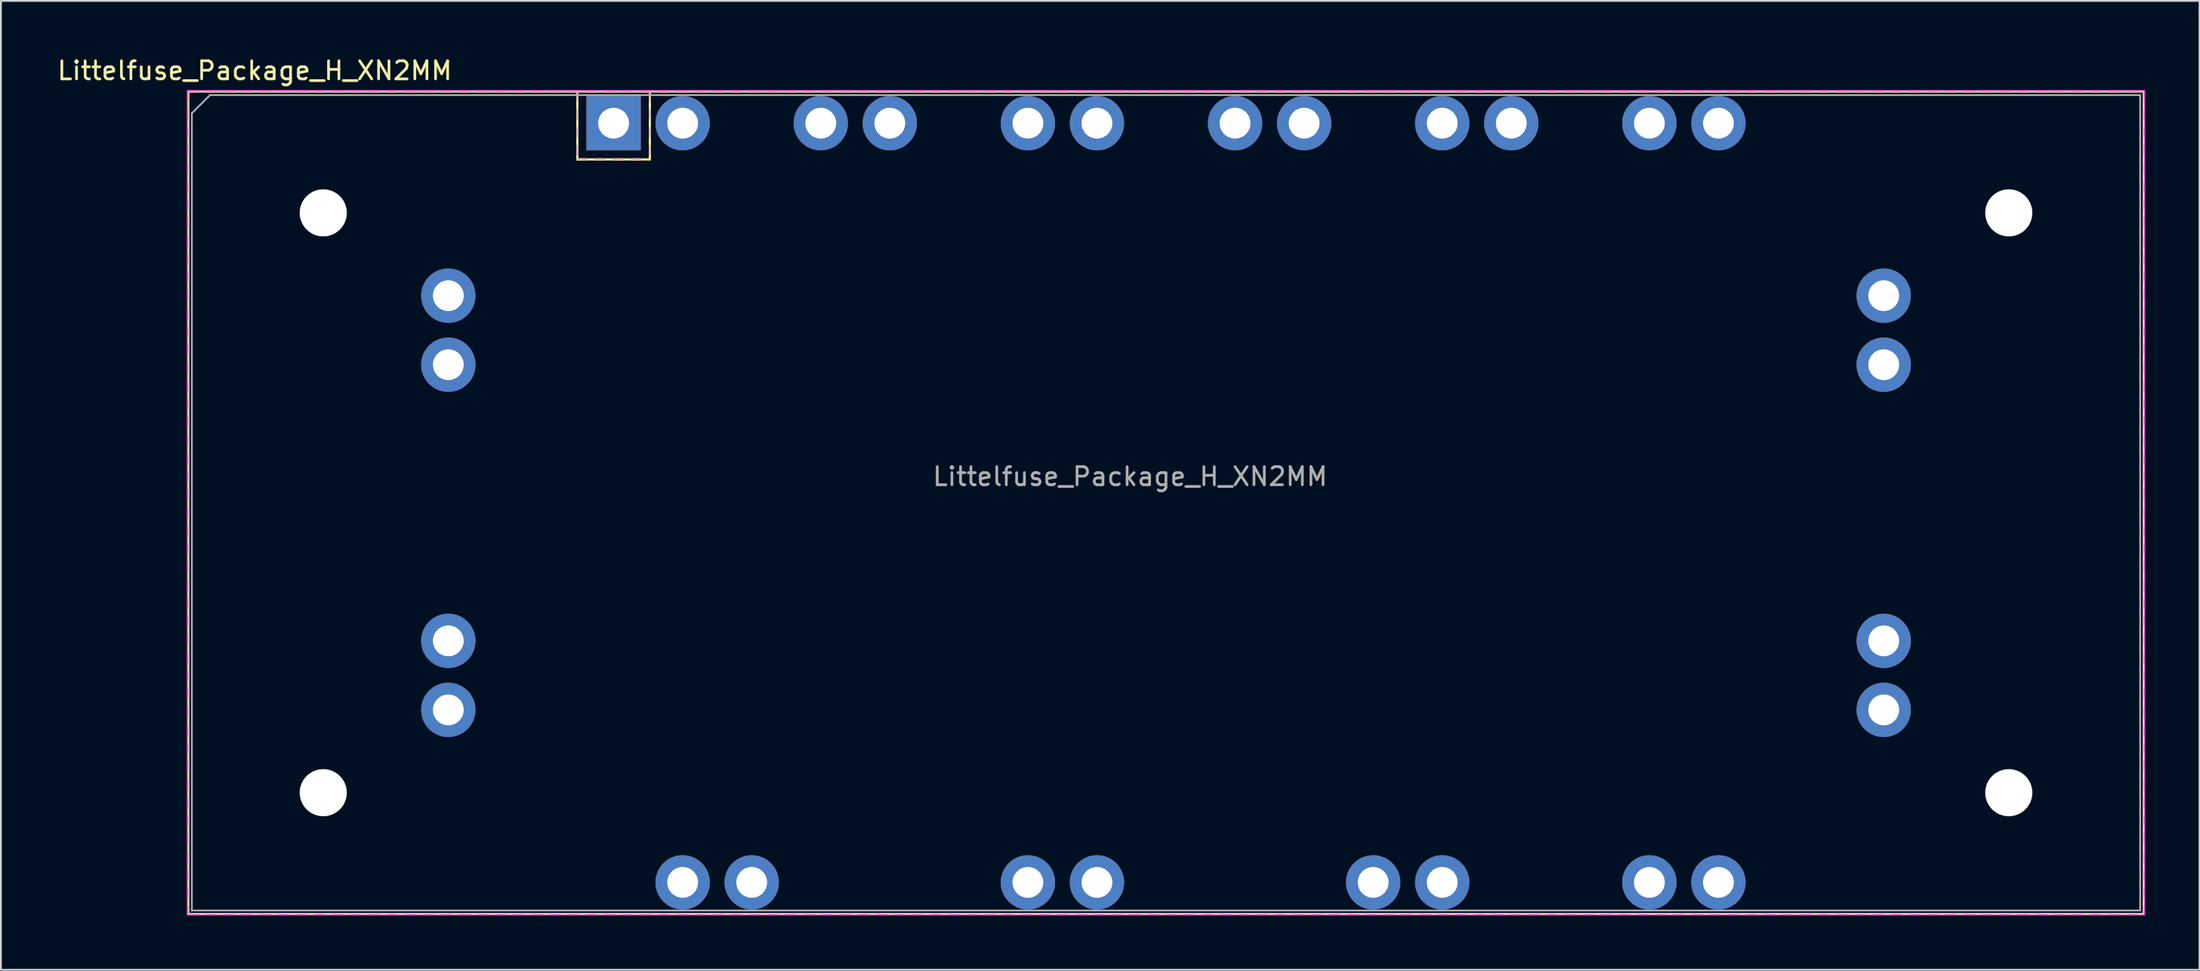
<source format=kicad_pcb>
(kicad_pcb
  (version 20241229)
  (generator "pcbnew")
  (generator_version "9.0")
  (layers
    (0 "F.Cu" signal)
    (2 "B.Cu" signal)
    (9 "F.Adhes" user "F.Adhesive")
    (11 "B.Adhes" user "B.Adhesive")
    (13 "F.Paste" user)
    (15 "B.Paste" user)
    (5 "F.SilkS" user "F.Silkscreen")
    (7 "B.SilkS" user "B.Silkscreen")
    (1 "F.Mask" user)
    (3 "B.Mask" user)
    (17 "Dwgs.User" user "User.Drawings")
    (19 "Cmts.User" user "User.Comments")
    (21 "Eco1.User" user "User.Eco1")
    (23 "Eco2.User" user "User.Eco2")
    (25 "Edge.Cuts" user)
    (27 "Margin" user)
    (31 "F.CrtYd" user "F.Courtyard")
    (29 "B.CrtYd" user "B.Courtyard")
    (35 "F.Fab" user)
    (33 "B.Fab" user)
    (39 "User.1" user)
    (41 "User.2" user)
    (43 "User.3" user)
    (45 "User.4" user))
  (footprint "Littelfuse_Package_H_XN2MM"
    (layer "F.Cu")
    (at 30.806 3.748)
    (property "Reference" "Littelfuse_Package_H_XN2MM" (at -19.8 -2.9 0) (layer "F.SilkS") (effects (font (size 1 1) (thickness 0.15))))
    (attr through_hole)
    (fp_line (start -23.47 -1.75) (end 84.43 -1.75) (stroke (width 0.12) (type solid)) (layer "F.SilkS"))
    (fp_line (start -23.47 43.65) (end -23.47 -1.75) (stroke (width 0.12) (type solid)) (layer "F.SilkS"))
    (fp_line (start -2 2) (end -2 -1.75) (stroke (width 0.12) (type solid)) (layer "F.SilkS"))
    (fp_line (start 2 -1.75) (end 2 1.75) (stroke (width 0.12) (type solid)) (layer "F.SilkS"))
    (fp_line (start 2 1.75) (end 2 2) (stroke (width 0.12) (type solid)) (layer "F.SilkS"))
    (fp_line (start 2 2) (end -2 2) (stroke (width 0.12) (type solid)) (layer "F.SilkS"))
    (fp_line (start 84.43 -1.75) (end 84.43 43.65) (stroke (width 0.12) (type solid)) (layer "F.SilkS"))
    (fp_line (start 84.43 43.65) (end -23.47 43.65) (stroke (width 0.12) (type solid)) (layer "F.SilkS"))
    (fp_line (start -23.47 -1.75) (end -23.47 -1.25) (stroke (width 0.12) (type solid)) (layer "B.SilkS"))
    (fp_line (start -23.47 -1.75) (end -22.97 -1.75) (stroke (width 0.12) (type solid)) (layer "B.SilkS"))
    (fp_line (start -23.47 -0.75) (end -23.47 -0.25) (stroke (width 0.12) (type solid)) (layer "B.SilkS"))
    (fp_line (start -23.47 0.25) (end -23.47 0.75) (stroke (width 0.12) (type solid)) (layer "B.SilkS"))
    (fp_line (start -23.47 1.25) (end -23.47 1.75) (stroke (width 0.12) (type solid)) (layer "B.SilkS"))
    (fp_line (start -23.47 2.25) (end -23.47 2.75) (stroke (width 0.12) (type solid)) (layer "B.SilkS"))
    (fp_line (start -23.47 3.25) (end -23.47 3.75) (stroke (width 0.12) (type solid)) (layer "B.SilkS"))
    (fp_line (start -23.47 4.25) (end -23.47 4.75) (stroke (width 0.12) (type solid)) (layer "B.SilkS"))
    (fp_line (start -23.47 5.25) (end -23.47 5.75) (stroke (width 0.12) (type solid)) (layer "B.SilkS"))
    (fp_line (start -23.47 6.25) (end -23.47 6.75) (stroke (width 0.12) (type solid)) (layer "B.SilkS"))
    (fp_line (start -23.47 7.25) (end -23.47 7.75) (stroke (width 0.12) (type solid)) (layer "B.SilkS"))
    (fp_line (start -23.47 8.25) (end -23.47 8.75) (stroke (width 0.12) (type solid)) (layer "B.SilkS"))
    (fp_line (start -23.47 9.25) (end -23.47 9.75) (stroke (width 0.12) (type solid)) (layer "B.SilkS"))
    (fp_line (start -23.47 10.25) (end -23.47 10.75) (stroke (width 0.12) (type solid)) (layer "B.SilkS"))
    (fp_line (start -23.47 11.25) (end -23.47 11.75) (stroke (width 0.12) (type solid)) (layer "B.SilkS"))
    (fp_line (start -23.47 12.25) (end -23.47 12.75) (stroke (width 0.12) (type solid)) (layer "B.SilkS"))
    (fp_line (start -23.47 13.25) (end -23.47 13.75) (stroke (width 0.12) (type solid)) (layer "B.SilkS"))
    (fp_line (start -23.47 14.25) (end -23.47 14.75) (stroke (width 0.12) (type solid)) (layer "B.SilkS"))
    (fp_line (start -23.47 15.25) (end -23.47 15.75) (stroke (width 0.12) (type solid)) (layer "B.SilkS"))
    (fp_line (start -23.47 16.25) (end -23.47 16.75) (stroke (width 0.12) (type solid)) (layer "B.SilkS"))
    (fp_line (start -23.47 17.25) (end -23.47 17.75) (stroke (width 0.12) (type solid)) (layer "B.SilkS"))
    (fp_line (start -23.47 18.25) (end -23.47 18.75) (stroke (width 0.12) (type solid)) (layer "B.SilkS"))
    (fp_line (start -23.47 19.25) (end -23.47 19.75) (stroke (width 0.12) (type solid)) (layer "B.SilkS"))
    (fp_line (start -23.47 20.25) (end -23.47 20.75) (stroke (width 0.12) (type solid)) (layer "B.SilkS"))
    (fp_line (start -23.47 21.25) (end -23.47 21.75) (stroke (width 0.12) (type solid)) (layer "B.SilkS"))
    (fp_line (start -23.47 22.25) (end -23.47 22.75) (stroke (width 0.12) (type solid)) (layer "B.SilkS"))
    (fp_line (start -23.47 23.25) (end -23.47 23.75) (stroke (width 0.12) (type solid)) (layer "B.SilkS"))
    (fp_line (start -23.47 24.25) (end -23.47 24.75) (stroke (width 0.12) (type solid)) (layer "B.SilkS"))
    (fp_line (start -23.47 25.25) (end -23.47 25.75) (stroke (width 0.12) (type solid)) (layer "B.SilkS"))
    (fp_line (start -23.47 26.25) (end -23.47 26.75) (stroke (width 0.12) (type solid)) (layer "B.SilkS"))
    (fp_line (start -23.47 27.25) (end -23.47 27.75) (stroke (width 0.12) (type solid)) (layer "B.SilkS"))
    (fp_line (start -23.47 28.25) (end -23.47 28.75) (stroke (width 0.12) (type solid)) (layer "B.SilkS"))
    (fp_line (start -23.47 29.25) (end -23.47 29.75) (stroke (width 0.12) (type solid)) (layer "B.SilkS"))
    (fp_line (start -23.47 30.25) (end -23.47 30.75) (stroke (width 0.12) (type solid)) (layer "B.SilkS"))
    (fp_line (start -23.47 31.25) (end -23.47 31.75) (stroke (width 0.12) (type solid)) (layer "B.SilkS"))
    (fp_line (start -23.47 32.25) (end -23.47 32.75) (stroke (width 0.12) (type solid)) (layer "B.SilkS"))
    (fp_line (start -23.47 33.25) (end -23.47 33.75) (stroke (width 0.12) (type solid)) (layer "B.SilkS"))
    (fp_line (start -23.47 34.25) (end -23.47 34.75) (stroke (width 0.12) (type solid)) (layer "B.SilkS"))
    (fp_line (start -23.47 35.25) (end -23.47 35.75) (stroke (width 0.12) (type solid)) (layer "B.SilkS"))
    (fp_line (start -23.47 36.25) (end -23.47 36.75) (stroke (width 0.12) (type solid)) (layer "B.SilkS"))
    (fp_line (start -23.47 37.25) (end -23.47 37.75) (stroke (width 0.12) (type solid)) (layer "B.SilkS"))
    (fp_line (start -23.47 38.25) (end -23.47 38.75) (stroke (width 0.12) (type solid)) (layer "B.SilkS"))
    (fp_line (start -23.47 39.25) (end -23.47 39.75) (stroke (width 0.12) (type solid)) (layer "B.SilkS"))
    (fp_line (start -23.47 40.25) (end -23.47 40.75) (stroke (width 0.12) (type solid)) (layer "B.SilkS"))
    (fp_line (start -23.47 41.25) (end -23.47 41.75) (stroke (width 0.12) (type solid)) (layer "B.SilkS"))
    (fp_line (start -23.47 42.25) (end -23.47 42.75) (stroke (width 0.12) (type solid)) (layer "B.SilkS"))
    (fp_line (start -23.47 43.25) (end -23.47 43.65) (stroke (width 0.12) (type solid)) (layer "B.SilkS"))
    (fp_line (start -23.47 43.65) (end -22.97 43.65) (stroke (width 0.12) (type solid)) (layer "B.SilkS"))
    (fp_line (start -22.47 -1.75) (end -21.97 -1.75) (stroke (width 0.12) (type solid)) (layer "B.SilkS"))
    (fp_line (start -22.47 43.65) (end -21.97 43.65) (stroke (width 0.12) (type solid)) (layer "B.SilkS"))
    (fp_line (start -21.47 -1.75) (end -20.97 -1.75) (stroke (width 0.12) (type solid)) (layer "B.SilkS"))
    (fp_line (start -21.47 43.65) (end -20.97 43.65) (stroke (width 0.12) (type solid)) (layer "B.SilkS"))
    (fp_line (start -20.47 -1.75) (end -19.97 -1.75) (stroke (width 0.12) (type solid)) (layer "B.SilkS"))
    (fp_line (start -20.47 43.65) (end -19.97 43.65) (stroke (width 0.12) (type solid)) (layer "B.SilkS"))
    (fp_line (start -19.47 -1.75) (end -18.97 -1.75) (stroke (width 0.12) (type solid)) (layer "B.SilkS"))
    (fp_line (start -19.47 43.65) (end -18.97 43.65) (stroke (width 0.12) (type solid)) (layer "B.SilkS"))
    (fp_line (start -18.47 -1.75) (end -17.97 -1.75) (stroke (width 0.12) (type solid)) (layer "B.SilkS"))
    (fp_line (start -18.47 43.65) (end -17.97 43.65) (stroke (width 0.12) (type solid)) (layer "B.SilkS"))
    (fp_line (start -17.47 -1.75) (end -16.97 -1.75) (stroke (width 0.12) (type solid)) (layer "B.SilkS"))
    (fp_line (start -17.47 43.65) (end -16.97 43.65) (stroke (width 0.12) (type solid)) (layer "B.SilkS"))
    (fp_line (start -16.47 -1.75) (end -15.97 -1.75) (stroke (width 0.12) (type solid)) (layer "B.SilkS"))
    (fp_line (start -16.47 43.65) (end -15.97 43.65) (stroke (width 0.12) (type solid)) (layer "B.SilkS"))
    (fp_line (start -15.47 -1.75) (end -14.97 -1.75) (stroke (width 0.12) (type solid)) (layer "B.SilkS"))
    (fp_line (start -15.47 43.65) (end -14.97 43.65) (stroke (width 0.12) (type solid)) (layer "B.SilkS"))
    (fp_line (start -14.47 -1.75) (end -13.97 -1.75) (stroke (width 0.12) (type solid)) (layer "B.SilkS"))
    (fp_line (start -14.47 43.65) (end -13.97 43.65) (stroke (width 0.12) (type solid)) (layer "B.SilkS"))
    (fp_line (start -13.47 -1.75) (end -12.97 -1.75) (stroke (width 0.12) (type solid)) (layer "B.SilkS"))
    (fp_line (start -13.47 43.65) (end -12.97 43.65) (stroke (width 0.12) (type solid)) (layer "B.SilkS"))
    (fp_line (start -12.47 -1.75) (end -11.97 -1.75) (stroke (width 0.12) (type solid)) (layer "B.SilkS"))
    (fp_line (start -12.47 43.65) (end -11.97 43.65) (stroke (width 0.12) (type solid)) (layer "B.SilkS"))
    (fp_line (start -11.47 -1.75) (end -10.97 -1.75) (stroke (width 0.12) (type solid)) (layer "B.SilkS"))
    (fp_line (start -11.47 43.65) (end -10.97 43.65) (stroke (width 0.12) (type solid)) (layer "B.SilkS"))
    (fp_line (start -10.47 -1.75) (end -9.97 -1.75) (stroke (width 0.12) (type solid)) (layer "B.SilkS"))
    (fp_line (start -10.47 43.65) (end -9.97 43.65) (stroke (width 0.12) (type solid)) (layer "B.SilkS"))
    (fp_line (start -9.47 -1.75) (end -8.97 -1.75) (stroke (width 0.12) (type solid)) (layer "B.SilkS"))
    (fp_line (start -9.47 43.65) (end -8.97 43.65) (stroke (width 0.12) (type solid)) (layer "B.SilkS"))
    (fp_line (start -8.47 -1.75) (end -7.97 -1.75) (stroke (width 0.12) (type solid)) (layer "B.SilkS"))
    (fp_line (start -8.47 43.65) (end -7.97 43.65) (stroke (width 0.12) (type solid)) (layer "B.SilkS"))
    (fp_line (start -7.47 -1.75) (end -6.97 -1.75) (stroke (width 0.12) (type solid)) (layer "B.SilkS"))
    (fp_line (start -7.47 43.65) (end -6.97 43.65) (stroke (width 0.12) (type solid)) (layer "B.SilkS"))
    (fp_line (start -6.47 -1.75) (end -5.97 -1.75) (stroke (width 0.12) (type solid)) (layer "B.SilkS"))
    (fp_line (start -6.47 43.65) (end -5.97 43.65) (stroke (width 0.12) (type solid)) (layer "B.SilkS"))
    (fp_line (start -5.47 -1.75) (end -4.97 -1.75) (stroke (width 0.12) (type solid)) (layer "B.SilkS"))
    (fp_line (start -5.47 43.65) (end -4.97 43.65) (stroke (width 0.12) (type solid)) (layer "B.SilkS"))
    (fp_line (start -4.47 -1.75) (end -3.97 -1.75) (stroke (width 0.12) (type solid)) (layer "B.SilkS"))
    (fp_line (start -4.47 43.65) (end -3.97 43.65) (stroke (width 0.12) (type solid)) (layer "B.SilkS"))
    (fp_line (start -3.47 -1.75) (end -2.97 -1.75) (stroke (width 0.12) (type solid)) (layer "B.SilkS"))
    (fp_line (start -3.47 43.65) (end -2.97 43.65) (stroke (width 0.12) (type solid)) (layer "B.SilkS"))
    (fp_line (start -2.47 -1.75) (end -1.97 -1.75) (stroke (width 0.12) (type solid)) (layer "B.SilkS"))
    (fp_line (start -2.47 43.65) (end -1.97 43.65) (stroke (width 0.12) (type solid)) (layer "B.SilkS"))
    (fp_line (start -2 -1.75) (end -2 -1.25) (stroke (width 0.12) (type solid)) (layer "B.SilkS"))
    (fp_line (start -2 -0.75) (end -2 -0.25) (stroke (width 0.12) (type solid)) (layer "B.SilkS"))
    (fp_line (start -2 0.25) (end -2 0.75) (stroke (width 0.12) (type solid)) (layer "B.SilkS"))
    (fp_line (start -2 1.25) (end -2 1.75) (stroke (width 0.12) (type solid)) (layer "B.SilkS"))
    (fp_line (start -2 2) (end -1.5 2) (stroke (width 0.12) (type solid)) (layer "B.SilkS"))
    (fp_line (start -1.47 -1.75) (end -0.97 -1.75) (stroke (width 0.12) (type solid)) (layer "B.SilkS"))
    (fp_line (start -1.47 43.65) (end -0.97 43.65) (stroke (width 0.12) (type solid)) (layer "B.SilkS"))
    (fp_line (start -1 2) (end -0.5 2) (stroke (width 0.12) (type solid)) (layer "B.SilkS"))
    (fp_line (start -0.47 -1.75) (end 0.03 -1.75) (stroke (width 0.12) (type solid)) (layer "B.SilkS"))
    (fp_line (start -0.47 43.65) (end 0.03 43.65) (stroke (width 0.12) (type solid)) (layer "B.SilkS"))
    (fp_line (start 0 2) (end 0.5 2) (stroke (width 0.12) (type solid)) (layer "B.SilkS"))
    (fp_line (start 0.53 -1.75) (end 1.03 -1.75) (stroke (width 0.12) (type solid)) (layer "B.SilkS"))
    (fp_line (start 0.53 43.65) (end 1.03 43.65) (stroke (width 0.12) (type solid)) (layer "B.SilkS"))
    (fp_line (start 1 2) (end 1.5 2) (stroke (width 0.12) (type solid)) (layer "B.SilkS"))
    (fp_line (start 1.53 -1.75) (end 2.03 -1.75) (stroke (width 0.12) (type solid)) (layer "B.SilkS"))
    (fp_line (start 1.53 43.65) (end 2.03 43.65) (stroke (width 0.12) (type solid)) (layer "B.SilkS"))
    (fp_line (start 2 -1.75) (end 2 -1.25) (stroke (width 0.12) (type solid)) (layer "B.SilkS"))
    (fp_line (start 2 -0.75) (end 2 -0.25) (stroke (width 0.12) (type solid)) (layer "B.SilkS"))
    (fp_line (start 2 0.25) (end 2 0.75) (stroke (width 0.12) (type solid)) (layer "B.SilkS"))
    (fp_line (start 2 1.25) (end 2 1.75) (stroke (width 0.12) (type solid)) (layer "B.SilkS"))
    (fp_line (start 2.53 -1.75) (end 3.03 -1.75) (stroke (width 0.12) (type solid)) (layer "B.SilkS"))
    (fp_line (start 2.53 43.65) (end 3.03 43.65) (stroke (width 0.12) (type solid)) (layer "B.SilkS"))
    (fp_line (start 3.53 -1.75) (end 4.03 -1.75) (stroke (width 0.12) (type solid)) (layer "B.SilkS"))
    (fp_line (start 3.53 43.65) (end 4.03 43.65) (stroke (width 0.12) (type solid)) (layer "B.SilkS"))
    (fp_line (start 4.53 -1.75) (end 5.03 -1.75) (stroke (width 0.12) (type solid)) (layer "B.SilkS"))
    (fp_line (start 4.53 43.65) (end 5.03 43.65) (stroke (width 0.12) (type solid)) (layer "B.SilkS"))
    (fp_line (start 5.53 -1.75) (end 6.03 -1.75) (stroke (width 0.12) (type solid)) (layer "B.SilkS"))
    (fp_line (start 5.53 43.65) (end 6.03 43.65) (stroke (width 0.12) (type solid)) (layer "B.SilkS"))
    (fp_line (start 6.53 -1.75) (end 7.03 -1.75) (stroke (width 0.12) (type solid)) (layer "B.SilkS"))
    (fp_line (start 6.53 43.65) (end 7.03 43.65) (stroke (width 0.12) (type solid)) (layer "B.SilkS"))
    (fp_line (start 7.53 -1.75) (end 8.03 -1.75) (stroke (width 0.12) (type solid)) (layer "B.SilkS"))
    (fp_line (start 7.53 43.65) (end 8.03 43.65) (stroke (width 0.12) (type solid)) (layer "B.SilkS"))
    (fp_line (start 8.53 -1.75) (end 9.03 -1.75) (stroke (width 0.12) (type solid)) (layer "B.SilkS"))
    (fp_line (start 8.53 43.65) (end 9.03 43.65) (stroke (width 0.12) (type solid)) (layer "B.SilkS"))
    (fp_line (start 9.53 -1.75) (end 10.03 -1.75) (stroke (width 0.12) (type solid)) (layer "B.SilkS"))
    (fp_line (start 9.53 43.65) (end 10.03 43.65) (stroke (width 0.12) (type solid)) (layer "B.SilkS"))
    (fp_line (start 10.53 -1.75) (end 11.03 -1.75) (stroke (width 0.12) (type solid)) (layer "B.SilkS"))
    (fp_line (start 10.53 43.65) (end 11.03 43.65) (stroke (width 0.12) (type solid)) (layer "B.SilkS"))
    (fp_line (start 11.53 -1.75) (end 12.03 -1.75) (stroke (width 0.12) (type solid)) (layer "B.SilkS"))
    (fp_line (start 11.53 43.65) (end 12.03 43.65) (stroke (width 0.12) (type solid)) (layer "B.SilkS"))
    (fp_line (start 12.53 -1.75) (end 13.03 -1.75) (stroke (width 0.12) (type solid)) (layer "B.SilkS"))
    (fp_line (start 12.53 43.65) (end 13.03 43.65) (stroke (width 0.12) (type solid)) (layer "B.SilkS"))
    (fp_line (start 13.53 -1.75) (end 14.03 -1.75) (stroke (width 0.12) (type solid)) (layer "B.SilkS"))
    (fp_line (start 13.53 43.65) (end 14.03 43.65) (stroke (width 0.12) (type solid)) (layer "B.SilkS"))
    (fp_line (start 14.53 -1.75) (end 15.03 -1.75) (stroke (width 0.12) (type solid)) (layer "B.SilkS"))
    (fp_line (start 14.53 43.65) (end 15.03 43.65) (stroke (width 0.12) (type solid)) (layer "B.SilkS"))
    (fp_line (start 15.53 -1.75) (end 16.03 -1.75) (stroke (width 0.12) (type solid)) (layer "B.SilkS"))
    (fp_line (start 15.53 43.65) (end 16.03 43.65) (stroke (width 0.12) (type solid)) (layer "B.SilkS"))
    (fp_line (start 16.53 -1.75) (end 17.03 -1.75) (stroke (width 0.12) (type solid)) (layer "B.SilkS"))
    (fp_line (start 16.53 43.65) (end 17.03 43.65) (stroke (width 0.12) (type solid)) (layer "B.SilkS"))
    (fp_line (start 17.53 -1.75) (end 18.03 -1.75) (stroke (width 0.12) (type solid)) (layer "B.SilkS"))
    (fp_line (start 17.53 43.65) (end 18.03 43.65) (stroke (width 0.12) (type solid)) (layer "B.SilkS"))
    (fp_line (start 18.53 -1.75) (end 19.03 -1.75) (stroke (width 0.12) (type solid)) (layer "B.SilkS"))
    (fp_line (start 18.53 43.65) (end 19.03 43.65) (stroke (width 0.12) (type solid)) (layer "B.SilkS"))
    (fp_line (start 19.53 -1.75) (end 20.03 -1.75) (stroke (width 0.12) (type solid)) (layer "B.SilkS"))
    (fp_line (start 19.53 43.65) (end 20.03 43.65) (stroke (width 0.12) (type solid)) (layer "B.SilkS"))
    (fp_line (start 20.53 -1.75) (end 21.03 -1.75) (stroke (width 0.12) (type solid)) (layer "B.SilkS"))
    (fp_line (start 20.53 43.65) (end 21.03 43.65) (stroke (width 0.12) (type solid)) (layer "B.SilkS"))
    (fp_line (start 21.53 -1.75) (end 22.03 -1.75) (stroke (width 0.12) (type solid)) (layer "B.SilkS"))
    (fp_line (start 21.53 43.65) (end 22.03 43.65) (stroke (width 0.12) (type solid)) (layer "B.SilkS"))
    (fp_line (start 22.53 -1.75) (end 23.03 -1.75) (stroke (width 0.12) (type solid)) (layer "B.SilkS"))
    (fp_line (start 22.53 43.65) (end 23.03 43.65) (stroke (width 0.12) (type solid)) (layer "B.SilkS"))
    (fp_line (start 23.53 -1.75) (end 24.03 -1.75) (stroke (width 0.12) (type solid)) (layer "B.SilkS"))
    (fp_line (start 23.53 43.65) (end 24.03 43.65) (stroke (width 0.12) (type solid)) (layer "B.SilkS"))
    (fp_line (start 24.53 -1.75) (end 25.03 -1.75) (stroke (width 0.12) (type solid)) (layer "B.SilkS"))
    (fp_line (start 24.53 43.65) (end 25.03 43.65) (stroke (width 0.12) (type solid)) (layer "B.SilkS"))
    (fp_line (start 25.53 -1.75) (end 26.03 -1.75) (stroke (width 0.12) (type solid)) (layer "B.SilkS"))
    (fp_line (start 25.53 43.65) (end 26.03 43.65) (stroke (width 0.12) (type solid)) (layer "B.SilkS"))
    (fp_line (start 26.53 -1.75) (end 27.03 -1.75) (stroke (width 0.12) (type solid)) (layer "B.SilkS"))
    (fp_line (start 26.53 43.65) (end 27.03 43.65) (stroke (width 0.12) (type solid)) (layer "B.SilkS"))
    (fp_line (start 27.53 -1.75) (end 28.03 -1.75) (stroke (width 0.12) (type solid)) (layer "B.SilkS"))
    (fp_line (start 27.53 43.65) (end 28.03 43.65) (stroke (width 0.12) (type solid)) (layer "B.SilkS"))
    (fp_line (start 28.53 -1.75) (end 29.03 -1.75) (stroke (width 0.12) (type solid)) (layer "B.SilkS"))
    (fp_line (start 28.53 43.65) (end 29.03 43.65) (stroke (width 0.12) (type solid)) (layer "B.SilkS"))
    (fp_line (start 29.53 -1.75) (end 30.03 -1.75) (stroke (width 0.12) (type solid)) (layer "B.SilkS"))
    (fp_line (start 29.53 43.65) (end 30.03 43.65) (stroke (width 0.12) (type solid)) (layer "B.SilkS"))
    (fp_line (start 30.53 -1.75) (end 31.03 -1.75) (stroke (width 0.12) (type solid)) (layer "B.SilkS"))
    (fp_line (start 30.53 43.65) (end 31.03 43.65) (stroke (width 0.12) (type solid)) (layer "B.SilkS"))
    (fp_line (start 31.53 -1.75) (end 32.03 -1.75) (stroke (width 0.12) (type solid)) (layer "B.SilkS"))
    (fp_line (start 31.53 43.65) (end 32.03 43.65) (stroke (width 0.12) (type solid)) (layer "B.SilkS"))
    (fp_line (start 32.53 -1.75) (end 33.03 -1.75) (stroke (width 0.12) (type solid)) (layer "B.SilkS"))
    (fp_line (start 32.53 43.65) (end 33.03 43.65) (stroke (width 0.12) (type solid)) (layer "B.SilkS"))
    (fp_line (start 33.53 -1.75) (end 34.03 -1.75) (stroke (width 0.12) (type solid)) (layer "B.SilkS"))
    (fp_line (start 33.53 43.65) (end 34.03 43.65) (stroke (width 0.12) (type solid)) (layer "B.SilkS"))
    (fp_line (start 34.53 -1.75) (end 35.03 -1.75) (stroke (width 0.12) (type solid)) (layer "B.SilkS"))
    (fp_line (start 34.53 43.65) (end 35.03 43.65) (stroke (width 0.12) (type solid)) (layer "B.SilkS"))
    (fp_line (start 35.53 -1.75) (end 36.03 -1.75) (stroke (width 0.12) (type solid)) (layer "B.SilkS"))
    (fp_line (start 35.53 43.65) (end 36.03 43.65) (stroke (width 0.12) (type solid)) (layer "B.SilkS"))
    (fp_line (start 36.53 -1.75) (end 37.03 -1.75) (stroke (width 0.12) (type solid)) (layer "B.SilkS"))
    (fp_line (start 36.53 43.65) (end 37.03 43.65) (stroke (width 0.12) (type solid)) (layer "B.SilkS"))
    (fp_line (start 37.53 -1.75) (end 38.03 -1.75) (stroke (width 0.12) (type solid)) (layer "B.SilkS"))
    (fp_line (start 37.53 43.65) (end 38.03 43.65) (stroke (width 0.12) (type solid)) (layer "B.SilkS"))
    (fp_line (start 38.53 -1.75) (end 39.03 -1.75) (stroke (width 0.12) (type solid)) (layer "B.SilkS"))
    (fp_line (start 38.53 43.65) (end 39.03 43.65) (stroke (width 0.12) (type solid)) (layer "B.SilkS"))
    (fp_line (start 39.53 -1.75) (end 40.03 -1.75) (stroke (width 0.12) (type solid)) (layer "B.SilkS"))
    (fp_line (start 39.53 43.65) (end 40.03 43.65) (stroke (width 0.12) (type solid)) (layer "B.SilkS"))
    (fp_line (start 40.53 -1.75) (end 41.03 -1.75) (stroke (width 0.12) (type solid)) (layer "B.SilkS"))
    (fp_line (start 40.53 43.65) (end 41.03 43.65) (stroke (width 0.12) (type solid)) (layer "B.SilkS"))
    (fp_line (start 41.53 -1.75) (end 42.03 -1.75) (stroke (width 0.12) (type solid)) (layer "B.SilkS"))
    (fp_line (start 41.53 43.65) (end 42.03 43.65) (stroke (width 0.12) (type solid)) (layer "B.SilkS"))
    (fp_line (start 42.53 -1.75) (end 43.03 -1.75) (stroke (width 0.12) (type solid)) (layer "B.SilkS"))
    (fp_line (start 42.53 43.65) (end 43.03 43.65) (stroke (width 0.12) (type solid)) (layer "B.SilkS"))
    (fp_line (start 43.53 -1.75) (end 44.03 -1.75) (stroke (width 0.12) (type solid)) (layer "B.SilkS"))
    (fp_line (start 43.53 43.65) (end 44.03 43.65) (stroke (width 0.12) (type solid)) (layer "B.SilkS"))
    (fp_line (start 44.53 -1.75) (end 45.03 -1.75) (stroke (width 0.12) (type solid)) (layer "B.SilkS"))
    (fp_line (start 44.53 43.65) (end 45.03 43.65) (stroke (width 0.12) (type solid)) (layer "B.SilkS"))
    (fp_line (start 45.53 -1.75) (end 46.03 -1.75) (stroke (width 0.12) (type solid)) (layer "B.SilkS"))
    (fp_line (start 45.53 43.65) (end 46.03 43.65) (stroke (width 0.12) (type solid)) (layer "B.SilkS"))
    (fp_line (start 46.53 -1.75) (end 47.03 -1.75) (stroke (width 0.12) (type solid)) (layer "B.SilkS"))
    (fp_line (start 46.53 43.65) (end 47.03 43.65) (stroke (width 0.12) (type solid)) (layer "B.SilkS"))
    (fp_line (start 47.53 -1.75) (end 48.03 -1.75) (stroke (width 0.12) (type solid)) (layer "B.SilkS"))
    (fp_line (start 47.53 43.65) (end 48.03 43.65) (stroke (width 0.12) (type solid)) (layer "B.SilkS"))
    (fp_line (start 48.53 -1.75) (end 49.03 -1.75) (stroke (width 0.12) (type solid)) (layer "B.SilkS"))
    (fp_line (start 48.53 43.65) (end 49.03 43.65) (stroke (width 0.12) (type solid)) (layer "B.SilkS"))
    (fp_line (start 49.53 -1.75) (end 50.03 -1.75) (stroke (width 0.12) (type solid)) (layer "B.SilkS"))
    (fp_line (start 49.53 43.65) (end 50.03 43.65) (stroke (width 0.12) (type solid)) (layer "B.SilkS"))
    (fp_line (start 50.53 -1.75) (end 51.03 -1.75) (stroke (width 0.12) (type solid)) (layer "B.SilkS"))
    (fp_line (start 50.53 43.65) (end 51.03 43.65) (stroke (width 0.12) (type solid)) (layer "B.SilkS"))
    (fp_line (start 51.53 -1.75) (end 52.03 -1.75) (stroke (width 0.12) (type solid)) (layer "B.SilkS"))
    (fp_line (start 51.53 43.65) (end 52.03 43.65) (stroke (width 0.12) (type solid)) (layer "B.SilkS"))
    (fp_line (start 52.53 -1.75) (end 53.03 -1.75) (stroke (width 0.12) (type solid)) (layer "B.SilkS"))
    (fp_line (start 52.53 43.65) (end 53.03 43.65) (stroke (width 0.12) (type solid)) (layer "B.SilkS"))
    (fp_line (start 53.53 -1.75) (end 54.03 -1.75) (stroke (width 0.12) (type solid)) (layer "B.SilkS"))
    (fp_line (start 53.53 43.65) (end 54.03 43.65) (stroke (width 0.12) (type solid)) (layer "B.SilkS"))
    (fp_line (start 54.53 -1.75) (end 55.03 -1.75) (stroke (width 0.12) (type solid)) (layer "B.SilkS"))
    (fp_line (start 54.53 43.65) (end 55.03 43.65) (stroke (width 0.12) (type solid)) (layer "B.SilkS"))
    (fp_line (start 55.53 -1.75) (end 56.03 -1.75) (stroke (width 0.12) (type solid)) (layer "B.SilkS"))
    (fp_line (start 55.53 43.65) (end 56.03 43.65) (stroke (width 0.12) (type solid)) (layer "B.SilkS"))
    (fp_line (start 56.53 -1.75) (end 57.03 -1.75) (stroke (width 0.12) (type solid)) (layer "B.SilkS"))
    (fp_line (start 56.53 43.65) (end 57.03 43.65) (stroke (width 0.12) (type solid)) (layer "B.SilkS"))
    (fp_line (start 57.53 -1.75) (end 58.03 -1.75) (stroke (width 0.12) (type solid)) (layer "B.SilkS"))
    (fp_line (start 57.53 43.65) (end 58.03 43.65) (stroke (width 0.12) (type solid)) (layer "B.SilkS"))
    (fp_line (start 58.53 -1.75) (end 59.03 -1.75) (stroke (width 0.12) (type solid)) (layer "B.SilkS"))
    (fp_line (start 58.53 43.65) (end 59.03 43.65) (stroke (width 0.12) (type solid)) (layer "B.SilkS"))
    (fp_line (start 59.53 -1.75) (end 60.03 -1.75) (stroke (width 0.12) (type solid)) (layer "B.SilkS"))
    (fp_line (start 59.53 43.65) (end 60.03 43.65) (stroke (width 0.12) (type solid)) (layer "B.SilkS"))
    (fp_line (start 60.53 -1.75) (end 61.03 -1.75) (stroke (width 0.12) (type solid)) (layer "B.SilkS"))
    (fp_line (start 60.53 43.65) (end 61.03 43.65) (stroke (width 0.12) (type solid)) (layer "B.SilkS"))
    (fp_line (start 61.53 -1.75) (end 62.03 -1.75) (stroke (width 0.12) (type solid)) (layer "B.SilkS"))
    (fp_line (start 61.53 43.65) (end 62.03 43.65) (stroke (width 0.12) (type solid)) (layer "B.SilkS"))
    (fp_line (start 62.53 -1.75) (end 63.03 -1.75) (stroke (width 0.12) (type solid)) (layer "B.SilkS"))
    (fp_line (start 62.53 43.65) (end 63.03 43.65) (stroke (width 0.12) (type solid)) (layer "B.SilkS"))
    (fp_line (start 63.53 -1.75) (end 64.03 -1.75) (stroke (width 0.12) (type solid)) (layer "B.SilkS"))
    (fp_line (start 63.53 43.65) (end 64.03 43.65) (stroke (width 0.12) (type solid)) (layer "B.SilkS"))
    (fp_line (start 64.53 -1.75) (end 65.03 -1.75) (stroke (width 0.12) (type solid)) (layer "B.SilkS"))
    (fp_line (start 64.53 43.65) (end 65.03 43.65) (stroke (width 0.12) (type solid)) (layer "B.SilkS"))
    (fp_line (start 65.53 -1.75) (end 66.03 -1.75) (stroke (width 0.12) (type solid)) (layer "B.SilkS"))
    (fp_line (start 65.53 43.65) (end 66.03 43.65) (stroke (width 0.12) (type solid)) (layer "B.SilkS"))
    (fp_line (start 66.53 -1.75) (end 67.03 -1.75) (stroke (width 0.12) (type solid)) (layer "B.SilkS"))
    (fp_line (start 66.53 43.65) (end 67.03 43.65) (stroke (width 0.12) (type solid)) (layer "B.SilkS"))
    (fp_line (start 67.53 -1.75) (end 68.03 -1.75) (stroke (width 0.12) (type solid)) (layer "B.SilkS"))
    (fp_line (start 67.53 43.65) (end 68.03 43.65) (stroke (width 0.12) (type solid)) (layer "B.SilkS"))
    (fp_line (start 68.53 -1.75) (end 69.03 -1.75) (stroke (width 0.12) (type solid)) (layer "B.SilkS"))
    (fp_line (start 68.53 43.65) (end 69.03 43.65) (stroke (width 0.12) (type solid)) (layer "B.SilkS"))
    (fp_line (start 69.53 -1.75) (end 70.03 -1.75) (stroke (width 0.12) (type solid)) (layer "B.SilkS"))
    (fp_line (start 69.53 43.65) (end 70.03 43.65) (stroke (width 0.12) (type solid)) (layer "B.SilkS"))
    (fp_line (start 70.53 -1.75) (end 71.03 -1.75) (stroke (width 0.12) (type solid)) (layer "B.SilkS"))
    (fp_line (start 70.53 43.65) (end 71.03 43.65) (stroke (width 0.12) (type solid)) (layer "B.SilkS"))
    (fp_line (start 71.53 -1.75) (end 72.03 -1.75) (stroke (width 0.12) (type solid)) (layer "B.SilkS"))
    (fp_line (start 71.53 43.65) (end 72.03 43.65) (stroke (width 0.12) (type solid)) (layer "B.SilkS"))
    (fp_line (start 72.53 -1.75) (end 73.03 -1.75) (stroke (width 0.12) (type solid)) (layer "B.SilkS"))
    (fp_line (start 72.53 43.65) (end 73.03 43.65) (stroke (width 0.12) (type solid)) (layer "B.SilkS"))
    (fp_line (start 73.53 -1.75) (end 74.03 -1.75) (stroke (width 0.12) (type solid)) (layer "B.SilkS"))
    (fp_line (start 73.53 43.65) (end 74.03 43.65) (stroke (width 0.12) (type solid)) (layer "B.SilkS"))
    (fp_line (start 74.53 -1.75) (end 75.03 -1.75) (stroke (width 0.12) (type solid)) (layer "B.SilkS"))
    (fp_line (start 74.53 43.65) (end 75.03 43.65) (stroke (width 0.12) (type solid)) (layer "B.SilkS"))
    (fp_line (start 75.53 -1.75) (end 76.03 -1.75) (stroke (width 0.12) (type solid)) (layer "B.SilkS"))
    (fp_line (start 75.53 43.65) (end 76.03 43.65) (stroke (width 0.12) (type solid)) (layer "B.SilkS"))
    (fp_line (start 76.53 -1.75) (end 77.03 -1.75) (stroke (width 0.12) (type solid)) (layer "B.SilkS"))
    (fp_line (start 76.53 43.65) (end 77.03 43.65) (stroke (width 0.12) (type solid)) (layer "B.SilkS"))
    (fp_line (start 77.53 -1.75) (end 78.03 -1.75) (stroke (width 0.12) (type solid)) (layer "B.SilkS"))
    (fp_line (start 77.53 43.65) (end 78.03 43.65) (stroke (width 0.12) (type solid)) (layer "B.SilkS"))
    (fp_line (start 78.53 -1.75) (end 79.03 -1.75) (stroke (width 0.12) (type solid)) (layer "B.SilkS"))
    (fp_line (start 78.53 43.65) (end 79.03 43.65) (stroke (width 0.12) (type solid)) (layer "B.SilkS"))
    (fp_line (start 79.53 -1.75) (end 80.03 -1.75) (stroke (width 0.12) (type solid)) (layer "B.SilkS"))
    (fp_line (start 79.53 43.65) (end 80.03 43.65) (stroke (width 0.12) (type solid)) (layer "B.SilkS"))
    (fp_line (start 80.53 -1.75) (end 81.03 -1.75) (stroke (width 0.12) (type solid)) (layer "B.SilkS"))
    (fp_line (start 80.53 43.65) (end 81.03 43.65) (stroke (width 0.12) (type solid)) (layer "B.SilkS"))
    (fp_line (start 81.53 -1.75) (end 82.03 -1.75) (stroke (width 0.12) (type solid)) (layer "B.SilkS"))
    (fp_line (start 81.53 43.65) (end 82.03 43.65) (stroke (width 0.12) (type solid)) (layer "B.SilkS"))
    (fp_line (start 82.53 -1.75) (end 83.03 -1.75) (stroke (width 0.12) (type solid)) (layer "B.SilkS"))
    (fp_line (start 82.53 43.65) (end 83.03 43.65) (stroke (width 0.12) (type solid)) (layer "B.SilkS"))
    (fp_line (start 83.53 -1.75) (end 84.03 -1.75) (stroke (width 0.12) (type solid)) (layer "B.SilkS"))
    (fp_line (start 83.53 43.65) (end 84.03 43.65) (stroke (width 0.12) (type solid)) (layer "B.SilkS"))
    (fp_line (start 84.43 -1.75) (end 84.43 -1.25) (stroke (width 0.12) (type solid)) (layer "B.SilkS"))
    (fp_line (start 84.43 -0.75) (end 84.43 -0.25) (stroke (width 0.12) (type solid)) (layer "B.SilkS"))
    (fp_line (start 84.43 0.25) (end 84.43 0.75) (stroke (width 0.12) (type solid)) (layer "B.SilkS"))
    (fp_line (start 84.43 1.25) (end 84.43 1.75) (stroke (width 0.12) (type solid)) (layer "B.SilkS"))
    (fp_line (start 84.43 2.25) (end 84.43 2.75) (stroke (width 0.12) (type solid)) (layer "B.SilkS"))
    (fp_line (start 84.43 3.25) (end 84.43 3.75) (stroke (width 0.12) (type solid)) (layer "B.SilkS"))
    (fp_line (start 84.43 4.25) (end 84.43 4.75) (stroke (width 0.12) (type solid)) (layer "B.SilkS"))
    (fp_line (start 84.43 5.25) (end 84.43 5.75) (stroke (width 0.12) (type solid)) (layer "B.SilkS"))
    (fp_line (start 84.43 6.25) (end 84.43 6.75) (stroke (width 0.12) (type solid)) (layer "B.SilkS"))
    (fp_line (start 84.43 7.25) (end 84.43 7.75) (stroke (width 0.12) (type solid)) (layer "B.SilkS"))
    (fp_line (start 84.43 8.25) (end 84.43 8.75) (stroke (width 0.12) (type solid)) (layer "B.SilkS"))
    (fp_line (start 84.43 9.25) (end 84.43 9.75) (stroke (width 0.12) (type solid)) (layer "B.SilkS"))
    (fp_line (start 84.43 10.25) (end 84.43 10.75) (stroke (width 0.12) (type solid)) (layer "B.SilkS"))
    (fp_line (start 84.43 11.25) (end 84.43 11.75) (stroke (width 0.12) (type solid)) (layer "B.SilkS"))
    (fp_line (start 84.43 12.25) (end 84.43 12.75) (stroke (width 0.12) (type solid)) (layer "B.SilkS"))
    (fp_line (start 84.43 13.25) (end 84.43 13.75) (stroke (width 0.12) (type solid)) (layer "B.SilkS"))
    (fp_line (start 84.43 14.25) (end 84.43 14.75) (stroke (width 0.12) (type solid)) (layer "B.SilkS"))
    (fp_line (start 84.43 15.25) (end 84.43 15.75) (stroke (width 0.12) (type solid)) (layer "B.SilkS"))
    (fp_line (start 84.43 16.25) (end 84.43 16.75) (stroke (width 0.12) (type solid)) (layer "B.SilkS"))
    (fp_line (start 84.43 17.25) (end 84.43 17.75) (stroke (width 0.12) (type solid)) (layer "B.SilkS"))
    (fp_line (start 84.43 18.25) (end 84.43 18.75) (stroke (width 0.12) (type solid)) (layer "B.SilkS"))
    (fp_line (start 84.43 19.25) (end 84.43 19.75) (stroke (width 0.12) (type solid)) (layer "B.SilkS"))
    (fp_line (start 84.43 20.25) (end 84.43 20.75) (stroke (width 0.12) (type solid)) (layer "B.SilkS"))
    (fp_line (start 84.43 21.25) (end 84.43 21.75) (stroke (width 0.12) (type solid)) (layer "B.SilkS"))
    (fp_line (start 84.43 22.25) (end 84.43 22.75) (stroke (width 0.12) (type solid)) (layer "B.SilkS"))
    (fp_line (start 84.43 23.25) (end 84.43 23.75) (stroke (width 0.12) (type solid)) (layer "B.SilkS"))
    (fp_line (start 84.43 24.25) (end 84.43 24.75) (stroke (width 0.12) (type solid)) (layer "B.SilkS"))
    (fp_line (start 84.43 25.25) (end 84.43 25.75) (stroke (width 0.12) (type solid)) (layer "B.SilkS"))
    (fp_line (start 84.43 26.25) (end 84.43 26.75) (stroke (width 0.12) (type solid)) (layer "B.SilkS"))
    (fp_line (start 84.43 27.25) (end 84.43 27.75) (stroke (width 0.12) (type solid)) (layer "B.SilkS"))
    (fp_line (start 84.43 28.25) (end 84.43 28.75) (stroke (width 0.12) (type solid)) (layer "B.SilkS"))
    (fp_line (start 84.43 29.25) (end 84.43 29.75) (stroke (width 0.12) (type solid)) (layer "B.SilkS"))
    (fp_line (start 84.43 30.25) (end 84.43 30.75) (stroke (width 0.12) (type solid)) (layer "B.SilkS"))
    (fp_line (start 84.43 31.25) (end 84.43 31.75) (stroke (width 0.12) (type solid)) (layer "B.SilkS"))
    (fp_line (start 84.43 32.25) (end 84.43 32.75) (stroke (width 0.12) (type solid)) (layer "B.SilkS"))
    (fp_line (start 84.43 33.25) (end 84.43 33.75) (stroke (width 0.12) (type solid)) (layer "B.SilkS"))
    (fp_line (start 84.43 34.25) (end 84.43 34.75) (stroke (width 0.12) (type solid)) (layer "B.SilkS"))
    (fp_line (start 84.43 35.25) (end 84.43 35.75) (stroke (width 0.12) (type solid)) (layer "B.SilkS"))
    (fp_line (start 84.43 36.25) (end 84.43 36.75) (stroke (width 0.12) (type solid)) (layer "B.SilkS"))
    (fp_line (start 84.43 37.25) (end 84.43 37.75) (stroke (width 0.12) (type solid)) (layer "B.SilkS"))
    (fp_line (start 84.43 38.25) (end 84.43 38.75) (stroke (width 0.12) (type solid)) (layer "B.SilkS"))
    (fp_line (start 84.43 39.25) (end 84.43 39.75) (stroke (width 0.12) (type solid)) (layer "B.SilkS"))
    (fp_line (start 84.43 40.25) (end 84.43 40.75) (stroke (width 0.12) (type solid)) (layer "B.SilkS"))
    (fp_line (start 84.43 41.25) (end 84.43 41.75) (stroke (width 0.12) (type solid)) (layer "B.SilkS"))
    (fp_line (start 84.43 42.25) (end 84.43 42.75) (stroke (width 0.12) (type solid)) (layer "B.SilkS"))
    (fp_line (start 84.43 43.25) (end 84.43 43.65) (stroke (width 0.12) (type solid)) (layer "B.SilkS"))
    (fp_line (start -23.52 -1.8) (end 84.48 -1.8) (stroke (width 0.05) (type solid)) (layer "F.CrtYd"))
    (fp_line (start -23.52 43.7) (end -23.52 -1.8) (stroke (width 0.05) (type solid)) (layer "F.CrtYd"))
    (fp_line (start 84.48 -1.8) (end 84.48 43.7) (stroke (width 0.05) (type solid)) (layer "F.CrtYd"))
    (fp_line (start 84.48 43.7) (end -23.52 43.7) (stroke (width 0.05) (type solid)) (layer "F.CrtYd"))
    (fp_line (start -23.27 43.45) (end -23.27 -0.55) (stroke (width 0.1) (type solid)) (layer "F.Fab"))
    (fp_line (start -23.27 43.45) (end 84.23 43.45) (stroke (width 0.1) (type solid)) (layer "F.Fab"))
    (fp_line (start -22.27 -1.55) (end -23.27 -0.55) (stroke (width 0.1) (type solid)) (layer "F.Fab"))
    (fp_line (start -22.27 -1.55) (end 84.23 -1.55) (stroke (width 0.1) (type solid)) (layer "F.Fab"))
    (fp_line (start 84.23 43.45) (end 84.23 -1.55) (stroke (width 0.1) (type solid)) (layer "F.Fab"))
    (fp_text user "${REFERENCE}" (at 28.5 19.5 180) (layer "F.Fab") (effects (font (size 1 1) (thickness 0.15))))
    (pad "" np_thru_hole circle (at -16.02 4.95 270) (size 2.6 2.6) (drill 2.6) (layers "*.Cu" "*.Mask"))
    (pad "" np_thru_hole circle (at -16.02 36.95) (size 2.6 2.6) (drill 2.6) (layers "*.Cu" "*.Mask"))
    (pad "" np_thru_hole circle (at 76.98 4.95) (size 2.6 2.6) (drill 2.6) (layers "*.Cu" "*.Mask"))
    (pad "" np_thru_hole circle (at 76.98 36.95) (size 2.6 2.6) (drill 2.6) (layers "*.Cu" "*.Mask"))
    (pad "1" thru_hole rect (at 0 0) (size 3 3) (drill 1.7) (layers "*.Cu" "*.Mask"))
    (pad "2" thru_hole circle (at 3.81 0) (size 3 3) (drill 1.7) (layers "*.Cu" "*.Mask"))
    (pad "3" thru_hole circle (at 11.43 0) (size 3 3) (drill 1.7) (layers "*.Cu" "*.Mask"))
    (pad "4" thru_hole circle (at 15.24 0) (size 3 3) (drill 1.7) (layers "*.Cu" "*.Mask"))
    (pad "5" thru_hole circle (at 22.86 0) (size 3 3) (drill 1.7) (layers "*.Cu" "*.Mask"))
    (pad "6" thru_hole circle (at 26.67 0) (size 3 3) (drill 1.7) (layers "*.Cu" "*.Mask"))
    (pad "7" thru_hole circle (at 34.29 0) (size 3 3) (drill 1.7) (layers "*.Cu" "*.Mask"))
    (pad "8" thru_hole circle (at 38.1 0) (size 3 3) (drill 1.7) (layers "*.Cu" "*.Mask"))
    (pad "9" thru_hole circle (at 45.72 0) (size 3 3) (drill 1.7) (layers "*.Cu" "*.Mask"))
    (pad "10" thru_hole circle (at 49.53 0) (size 3 3) (drill 1.7) (layers "*.Cu" "*.Mask"))
    (pad "11" thru_hole circle (at 57.15 0) (size 3 3) (drill 1.7) (layers "*.Cu" "*.Mask"))
    (pad "12" thru_hole circle (at 60.96 0) (size 3 3) (drill 1.7) (layers "*.Cu" "*.Mask"))
    (pad "13" thru_hole circle (at 70.08 9.52) (size 3 3) (drill 1.7) (layers "*.Cu" "*.Mask"))
    (pad "14" thru_hole circle (at 70.08 13.33) (size 3 3) (drill 1.7) (layers "*.Cu" "*.Mask"))
    (pad "15" thru_hole circle (at 70.08 28.57) (size 3 3) (drill 1.7) (layers "*.Cu" "*.Mask"))
    (pad "16" thru_hole circle (at 70.08 32.38) (size 3 3) (drill 1.7) (layers "*.Cu" "*.Mask"))
    (pad "17" thru_hole circle (at 60.96 41.9) (size 3 3) (drill 1.7) (layers "*.Cu" "*.Mask"))
    (pad "18" thru_hole circle (at 57.15 41.9) (size 3 3) (drill 1.7) (layers "*.Cu" "*.Mask"))
    (pad "19" thru_hole circle (at 45.72 41.9) (size 3 3) (drill 1.7) (layers "*.Cu" "*.Mask"))
    (pad "20" thru_hole circle (at 41.91 41.9) (size 3 3) (drill 1.7) (layers "*.Cu" "*.Mask"))
    (pad "21" thru_hole circle (at 26.67 41.9) (size 3 3) (drill 1.7) (layers "*.Cu" "*.Mask"))
    (pad "22" thru_hole circle (at 22.86 41.9) (size 3 3) (drill 1.7) (layers "*.Cu" "*.Mask"))
    (pad "23" thru_hole circle (at 7.62 41.9) (size 3 3) (drill 1.7) (layers "*.Cu" "*.Mask"))
    (pad "24" thru_hole circle (at 3.81 41.9) (size 3 3) (drill 1.7) (layers "*.Cu" "*.Mask"))
    (pad "25" thru_hole circle (at -9.12 32.38) (size 3 3) (drill 1.7) (layers "*.Cu" "*.Mask"))
    (pad "26" thru_hole circle (at -9.12 28.57) (size 3 3) (drill 1.7) (layers "*.Cu" "*.Mask"))
    (pad "27" thru_hole circle (at -9.12 13.33) (size 3 3) (drill 1.7) (layers "*.Cu" "*.Mask"))
    (pad "28" thru_hole circle (at -9.12 9.52) (size 3 3) (drill 1.7) (layers "*.Cu" "*.Mask"))
    (zone (net_name "") (layers "F.Cu" "B.Cu") (name "MH") (hatch full 0.508) (connect_pads) (min_thickness 0.254) (filled_areas_thickness no) (keepout (tracks not_allowed) (vias not_allowed) (pads not_allowed) (copperpour not_allowed) (footprints not_allowed)) (placement (enabled no)) (fill) (polygon (pts (xy 20.291 24.698) (xy 20.272 24.238) (xy 20.214 23.78) (xy 20.118 23.329) (xy 19.985 22.888) (xy 19.815 22.459) (xy 19.61 22.046) (xy 19.371 21.652) (xy 19.1 21.279) (xy 18.799 20.93) (xy 18.469 20.607) (xy 18.114 20.313) (xy 17.736 20.05) (xy 17.336 19.82) (xy 16.919 19.623) (xy 16.487 19.463) (xy 16.043 19.339) (xy 15.59 19.252) (xy 15.132 19.204) (xy 14.671 19.194) (xy 14.211 19.223) (xy 13.754 19.291) (xy 13.306 19.396) (xy 12.867 19.539) (xy 12.442 19.717) (xy 12.033 19.931) (xy 11.644 20.178) (xy 11.277 20.457) (xy 10.934 20.765) (xy 10.619 21.101) (xy 10.332 21.463) (xy 10.077 21.847) (xy 9.855 22.251) (xy 9.668 22.672) (xy 9.516 23.107) (xy 9.401 23.554) (xy 9.324 24.008) (xy 9.286 24.468) (xy 9.286 24.929) (xy 9.324 25.388) (xy 9.401 25.843) (xy 9.516 26.289) (xy 9.668 26.725) (xy 9.855 27.146) (xy 10.077 27.55) (xy 10.332 27.934) (xy 10.619 28.295) (xy 10.934 28.631) (xy 11.277 28.94) (xy 11.644 29.219) (xy 12.033 29.466) (xy 12.442 29.679) (xy 12.867 29.858) (xy 13.306 30) (xy 13.754 30.106) (xy 14.211 30.173) (xy 14.671 30.202) (xy 15.132 30.192) (xy 15.59 30.144) (xy 16.043 30.058) (xy 16.487 29.934) (xy 16.919 29.773) (xy 17.336 29.577) (xy 17.736 29.346) (xy 18.114 29.083) (xy 18.469 28.789) (xy 18.799 28.467) (xy 19.1 28.118) (xy 19.371 27.745) (xy 19.61 27.35) (xy 19.815 26.937) (xy 19.985 26.509) (xy 20.118 26.067) (xy 20.214 25.616) (xy 20.272 25.159))))
    (zone (net_name "") (layers "F.Cu" "B.Cu") (name "MH") (hatch full 0.508) (connect_pads) (min_thickness 0.254) (filled_areas_thickness no) (keepout (tracks not_allowed) (vias not_allowed) (pads not_allowed) (copperpour not_allowed) (footprints not_allowed)) (placement (enabled no)) (fill) (polygon (pts (xy 113.291 24.698) (xy 113.272 24.238) (xy 113.214 23.78) (xy 113.118 23.329) (xy 112.985 22.888) (xy 112.815 22.459) (xy 112.61 22.046) (xy 112.371 21.652) (xy 112.1 21.279) (xy 111.799 20.93) (xy 111.469 20.607) (xy 111.114 20.313) (xy 110.736 20.05) (xy 110.336 19.82) (xy 109.919 19.623) (xy 109.487 19.463) (xy 109.043 19.339) (xy 108.59 19.252) (xy 108.132 19.204) (xy 107.671 19.194) (xy 107.211 19.223) (xy 106.754 19.291) (xy 106.306 19.396) (xy 105.867 19.539) (xy 105.442 19.717) (xy 105.033 19.931) (xy 104.644 20.178) (xy 104.277 20.457) (xy 103.934 20.765) (xy 103.619 21.101) (xy 103.332 21.463) (xy 103.077 21.847) (xy 102.855 22.251) (xy 102.668 22.672) (xy 102.516 23.107) (xy 102.401 23.554) (xy 102.324 24.008) (xy 102.286 24.468) (xy 102.286 24.929) (xy 102.324 25.388) (xy 102.401 25.843) (xy 102.516 26.289) (xy 102.668 26.725) (xy 102.855 27.146) (xy 103.077 27.55) (xy 103.332 27.934) (xy 103.619 28.295) (xy 103.934 28.631) (xy 104.277 28.94) (xy 104.644 29.219) (xy 105.033 29.466) (xy 105.442 29.679) (xy 105.867 29.858) (xy 106.306 30) (xy 106.754 30.106) (xy 107.211 30.173) (xy 107.671 30.202) (xy 108.132 30.192) (xy 108.59 30.144) (xy 109.043 30.058) (xy 109.487 29.934) (xy 109.919 29.773) (xy 110.336 29.577) (xy 110.736 29.346) (xy 111.114 29.083) (xy 111.469 28.789) (xy 111.799 28.467) (xy 112.1 28.118) (xy 112.371 27.745) (xy 112.61 27.35) (xy 112.815 26.937) (xy 112.985 26.509) (xy 113.118 26.067) (xy 113.214 25.616) (xy 113.272 25.159)))))
  (gr_rect
    (start -3 -3)
    (end 118.311 50.473)
    (stroke (width 0.1) (type default))
    (fill no)
    (layer "Edge.Cuts")))
</source>
